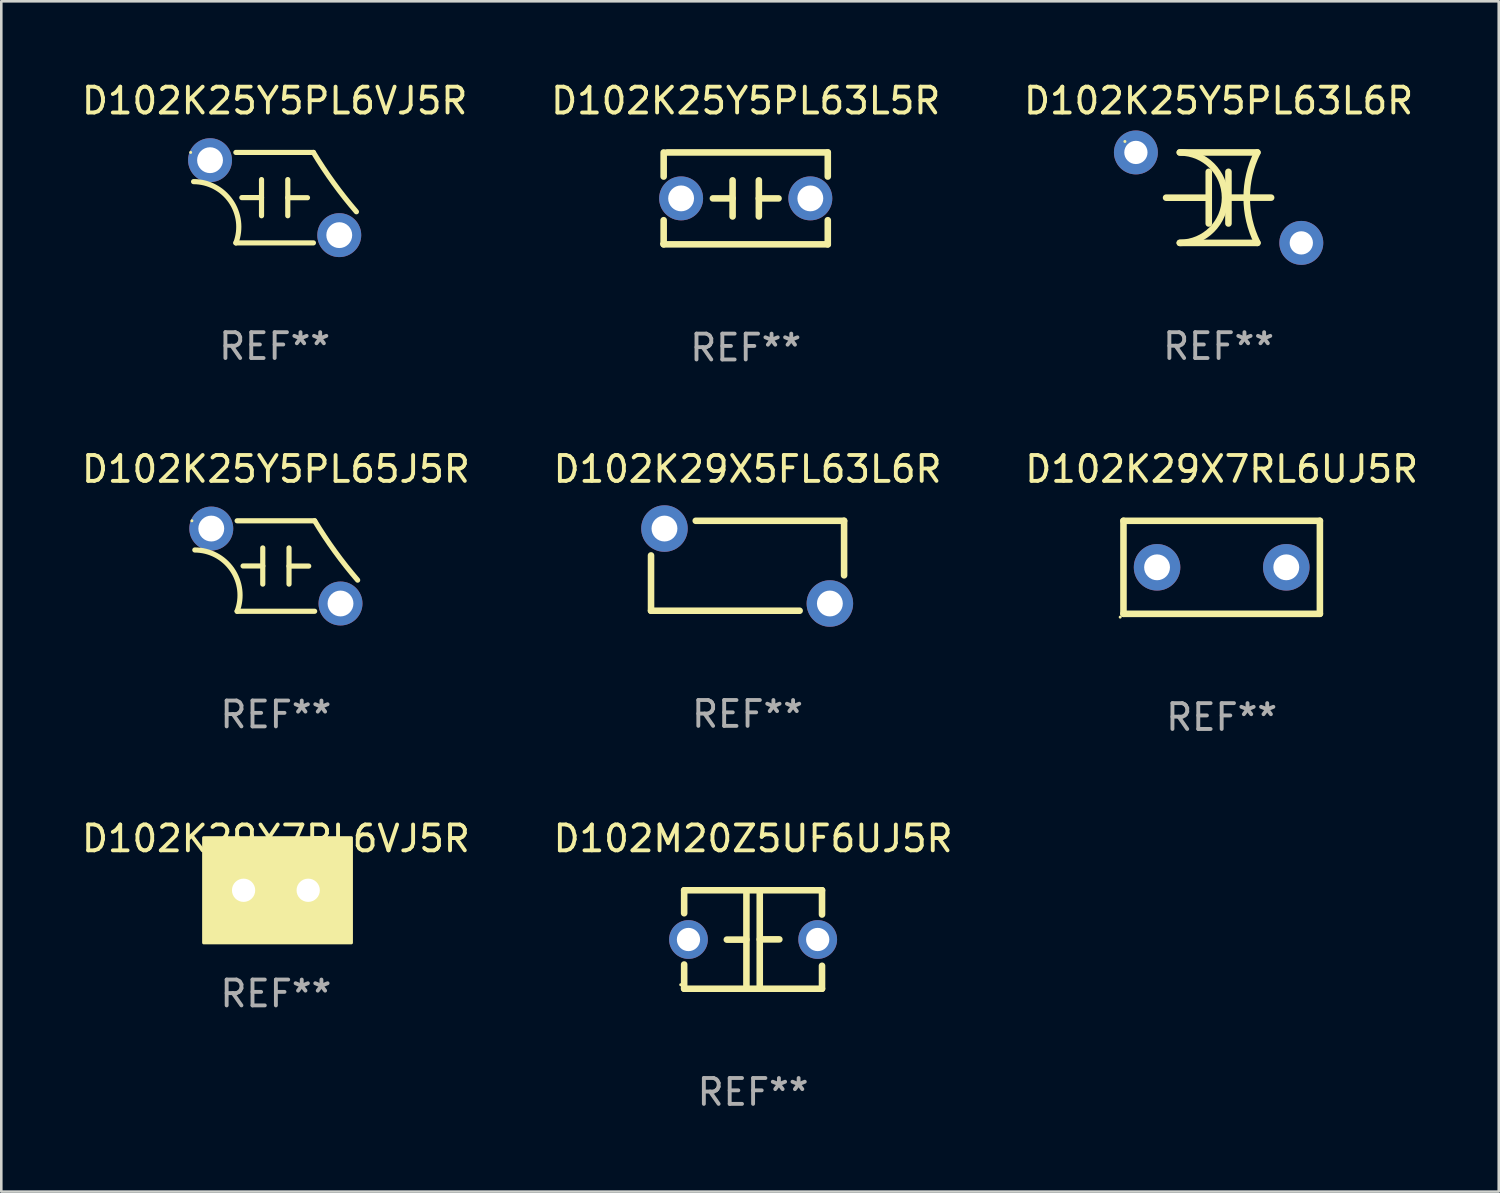
<source format=kicad_pcb>
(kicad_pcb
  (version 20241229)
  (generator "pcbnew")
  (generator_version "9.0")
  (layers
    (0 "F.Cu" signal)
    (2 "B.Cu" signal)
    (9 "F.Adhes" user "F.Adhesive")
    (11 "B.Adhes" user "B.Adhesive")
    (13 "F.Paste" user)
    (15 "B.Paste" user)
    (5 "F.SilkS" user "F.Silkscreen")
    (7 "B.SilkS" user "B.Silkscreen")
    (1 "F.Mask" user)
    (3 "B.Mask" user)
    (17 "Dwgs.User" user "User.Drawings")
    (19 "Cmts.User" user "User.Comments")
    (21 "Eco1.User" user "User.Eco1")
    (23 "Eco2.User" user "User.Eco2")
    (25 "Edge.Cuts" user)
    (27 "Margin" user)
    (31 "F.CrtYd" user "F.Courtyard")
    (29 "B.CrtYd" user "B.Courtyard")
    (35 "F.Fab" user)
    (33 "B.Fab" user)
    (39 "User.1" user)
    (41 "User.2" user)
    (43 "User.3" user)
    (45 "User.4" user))
  (footprint "D102K25Y5PL65J5R"
    (layer "F.Cu")
    (at 7.625 18.851)
    (property "Reference" "D102K25Y5PL65J5R" (at 0 -3.75 0) (layer "F.SilkS") (effects (font (size 1 1) (thickness 0.15))))
    (attr through_hole)
    (fp_line (start -1.5 1.75) (end 1.5 1.75) (stroke (width 0.2) (type solid)) (layer "F.SilkS"))
    (fp_line (start -0.508 -0.002) (end -1.27 -0.002) (stroke (width 0.2) (type solid)) (layer "F.SilkS"))
    (fp_line (start -0.508 0.7) (end -0.508 -0.7) (stroke (width 0.2) (type solid)) (layer "F.SilkS"))
    (fp_line (start 0.508 -0.7) (end 0.508 0.7) (stroke (width 0.2) (type solid)) (layer "F.SilkS"))
    (fp_line (start 0.508 0.002) (end 1.27 0.002) (stroke (width 0.2) (type solid)) (layer "F.SilkS"))
    (fp_line (start 1.5 -1.75) (end -1.5 -1.75) (stroke (width 0.2) (type solid)) (layer "F.SilkS"))
    (fp_arc (start -3.136906 -0.620549) (mid -1.697057 0.135649) (end -1.5 1.750013) (stroke (width 0.2) (type solid)) (layer "F.SilkS"))
    (fp_arc (start 3.163322 0.545847) (mid 2.283076 -0.566884) (end 1.5 -1.750013) (stroke (width 0.2) (type solid)) (layer "F.SilkS"))
    (fp_circle (center -3.25 -1.75) (end -3.22 -1.75) (stroke (width 0.06) (type solid)) (fill no) (layer "F.SilkS"))
    (fp_text user "REF**" (at 0 5.75 0) (layer "F.Fab") (effects (font (size 1 1) (thickness 0.15))))
    (pad "1" thru_hole circle (at -2.5 -1.45) (size 1.7 1.7) (drill 1) (layers "*.Cu" "*.Mask"))
    (pad "2" thru_hole circle (at 2.5 1.45) (size 1.7 1.7) (drill 1) (layers "*.Cu" "*.Mask")))
  (footprint "D102K29X7RL6UJ5R"
    (layer "F.Cu")
    (at 44.22 18.901)
    (property "Reference" "D102K29X7RL6UJ5R" (at 0 -3.8 0) (layer "F.SilkS") (effects (font (size 1 1) (thickness 0.15))))
    (attr through_hole)
    (fp_line (start -3.8 -1.8) (end -3.8 1.8) (stroke (width 0.254) (type solid)) (layer "F.SilkS"))
    (fp_line (start -3.8 -1.8) (end 3.8 -1.8) (stroke (width 0.254) (type solid)) (layer "F.SilkS"))
    (fp_line (start -3.8 1.8) (end 3.8 1.8) (stroke (width 0.254) (type solid)) (layer "F.SilkS"))
    (fp_line (start 3.8 -1.8) (end 3.8 1.8) (stroke (width 0.254) (type solid)) (layer "F.SilkS"))
    (fp_circle (center -3.927 1.927) (end -3.897 1.927) (stroke (width 0.06) (type solid)) (fill no) (layer "F.SilkS"))
    (fp_text user "REF**" (at 0 5.8 0) (layer "F.Fab") (effects (font (size 1 1) (thickness 0.15))))
    (pad "1" thru_hole circle (at -2.5 0) (size 1.8 1.8) (drill 1) (layers "*.Cu" "*.Mask"))
    (pad "2" thru_hole circle (at 2.5 0) (size 1.8 1.8) (drill 1) (layers "*.Cu" "*.Mask")))
  (footprint "D102K25Y5PL63L5R"
    (layer "F.Cu")
    (at 25.804 4.626)
    (property "Reference" "D102K25Y5PL63L5R" (at 0 -3.778 0) (layer "F.SilkS") (effects (font (size 1 1) (thickness 0.15))))
    (attr through_hole)
    (fp_line (start -3.175 -1.778) (end -3.175 -0.844) (stroke (width 0.254) (type solid)) (layer "F.SilkS"))
    (fp_line (start -3.175 0.844) (end -3.175 1.778) (stroke (width 0.254) (type solid)) (layer "F.SilkS"))
    (fp_line (start -3.175 1.778) (end 3.175 1.778) (stroke (width 0.254) (type solid)) (layer "F.SilkS"))
    (fp_line (start -0.508 -0.699) (end -0.508 0.699) (stroke (width 0.254) (type solid)) (layer "F.SilkS"))
    (fp_line (start -0.508 0.001) (end -1.27 0.001) (stroke (width 0.254) (type solid)) (layer "F.SilkS"))
    (fp_line (start 0.508 0.001) (end 1.27 0.001) (stroke (width 0.254) (type solid)) (layer "F.SilkS"))
    (fp_line (start 0.508 0.699) (end 0.508 -0.699) (stroke (width 0.254) (type solid)) (layer "F.SilkS"))
    (fp_line (start 3.175 -1.778) (end -3.048 -1.778) (stroke (width 0.254) (type solid)) (layer "F.SilkS"))
    (fp_line (start 3.175 -0.844) (end 3.175 -1.778) (stroke (width 0.254) (type solid)) (layer "F.SilkS"))
    (fp_line (start 3.175 1.778) (end 3.175 0.844) (stroke (width 0.254) (type solid)) (layer "F.SilkS"))
    (fp_circle (center -3.25 1.75) (end -3.22 1.75) (stroke (width 0.06) (type solid)) (fill no) (layer "F.SilkS"))
    (fp_text user "REF**" (at 0 5.778 0) (layer "F.Fab") (effects (font (size 1 1) (thickness 0.15))))
    (pad "1" thru_hole circle (at -2.5 0) (size 1.7 1.7) (drill 1) (layers "*.Cu" "*.Mask"))
    (pad "2" thru_hole circle (at 2.5 0) (size 1.7 1.7) (drill 1) (layers "*.Cu" "*.Mask")))
  (footprint "D102K25Y5PL6VJ5R"
    (layer "F.Cu")
    (at 7.577 4.598)
    (property "Reference" "D102K25Y5PL6VJ5R" (at 0 -3.75 0) (layer "F.SilkS") (effects (font (size 1 1) (thickness 0.15))))
    (attr through_hole)
    (fp_line (start -1.5 1.75) (end 1.5 1.75) (stroke (width 0.2) (type solid)) (layer "F.SilkS"))
    (fp_line (start -0.508 -0.002) (end -1.27 -0.002) (stroke (width 0.2) (type solid)) (layer "F.SilkS"))
    (fp_line (start -0.508 0.7) (end -0.508 -0.7) (stroke (width 0.2) (type solid)) (layer "F.SilkS"))
    (fp_line (start 0.508 -0.7) (end 0.508 0.7) (stroke (width 0.2) (type solid)) (layer "F.SilkS"))
    (fp_line (start 0.508 0.002) (end 1.27 0.002) (stroke (width 0.2) (type solid)) (layer "F.SilkS"))
    (fp_line (start 1.5 -1.75) (end -1.5 -1.75) (stroke (width 0.2) (type solid)) (layer "F.SilkS"))
    (fp_arc (start -3.136906 -0.620549) (mid -1.697057 0.135649) (end -1.5 1.750013) (stroke (width 0.2) (type solid)) (layer "F.SilkS"))
    (fp_arc (start 3.163322 0.545847) (mid 2.283076 -0.566884) (end 1.5 -1.750013) (stroke (width 0.2) (type solid)) (layer "F.SilkS"))
    (fp_circle (center -3.25 -1.75) (end -3.22 -1.75) (stroke (width 0.06) (type solid)) (fill no) (layer "F.SilkS"))
    (fp_text user "REF**" (at 0 5.75 0) (layer "F.Fab") (effects (font (size 1 1) (thickness 0.15))))
    (pad "1" thru_hole circle (at -2.5 -1.45) (size 1.7 1.7) (drill 1) (layers "*.Cu" "*.Mask"))
    (pad "2" thru_hole circle (at 2.5 1.45) (size 1.7 1.7) (drill 1) (layers "*.Cu" "*.Mask")))
  (footprint "D102M20Z5UF6UJ5R"
    (layer "F.Cu")
    (at 26.089 33.302)
    (property "Reference" "D102M20Z5UF6UJ5R" (at 0 -3.905 0) (layer "F.SilkS") (effects (font (size 1 1) (thickness 0.15))))
    (attr through_hole)
    (fp_line (start -2.667 -1.905) (end -2.667 -1.016) (stroke (width 0.254) (type solid)) (layer "F.SilkS"))
    (fp_line (start -2.667 0.967) (end -2.667 1.905) (stroke (width 0.254) (type solid)) (layer "F.SilkS"))
    (fp_line (start -2.667 1.905) (end 2.667 1.905) (stroke (width 0.254) (type solid)) (layer "F.SilkS"))
    (fp_line (start -0.258 0.005) (end -1.016 0.005) (stroke (width 0.254) (type solid)) (layer "F.SilkS"))
    (fp_line (start -0.258 1.905) (end -0.258 -1.905) (stroke (width 0.254) (type solid)) (layer "F.SilkS"))
    (fp_line (start 0.258 -1.905) (end 0.258 1.905) (stroke (width 0.254) (type solid)) (layer "F.SilkS"))
    (fp_line (start 0.258 -0.005) (end 1.016 -0.005) (stroke (width 0.254) (type solid)) (layer "F.SilkS"))
    (fp_line (start 2.667 -1.905) (end -2.667 -1.905) (stroke (width 0.254) (type solid)) (layer "F.SilkS"))
    (fp_line (start 2.667 -0.967) (end 2.667 -1.905) (stroke (width 0.254) (type solid)) (layer "F.SilkS"))
    (fp_line (start 2.667 1.905) (end 2.667 1.016) (stroke (width 0.254) (type solid)) (layer "F.SilkS"))
    (fp_circle (center -2.8 1.75) (end -2.77 1.75) (stroke (width 0.06) (type solid)) (fill no) (layer "F.SilkS"))
    (fp_text user "REF**" (at 0 5.905 0) (layer "F.Fab") (effects (font (size 1 1) (thickness 0.15))))
    (pad "1" thru_hole circle (at -2.5 0) (size 1.5 1.5) (drill 0.9) (layers "*.Cu" "*.Mask"))
    (pad "2" thru_hole circle (at 2.5 0) (size 1.5 1.5) (drill 0.9) (layers "*.Cu" "*.Mask")))
  (footprint "D102K29X5FL63L6R"
    (layer "F.Cu")
    (at 25.875 18.841)
    (property "Reference" "D102K29X5FL63L6R" (at 0 -3.74 0) (layer "F.SilkS") (effects (font (size 1 1) (thickness 0.15))))
    (attr through_hole)
    (fp_line (start -3.735 1.74) (end -3.735 -0.4) (stroke (width 0.254) (type solid)) (layer "F.SilkS"))
    (fp_line (start 2.015 1.74) (end -3.735 1.74) (stroke (width 0.254) (type solid)) (layer "F.SilkS"))
    (fp_line (start 3.735 -1.74) (end -2.005 -1.74) (stroke (width 0.254) (type solid)) (layer "F.SilkS"))
    (fp_line (start 3.735 -1.74) (end 3.735 0.37) (stroke (width 0.254) (type solid)) (layer "F.SilkS"))
    (fp_circle (center -3.765 1.76) (end -3.735 1.76) (stroke (width 0.06) (type solid)) (fill no) (layer "F.SilkS"))
    (fp_text user "REF**" (at 0 5.74 0) (layer "F.Fab") (effects (font (size 1 1) (thickness 0.15))))
    (pad "1" thru_hole circle (at -3.215 -1.44) (size 1.8 1.8) (drill 1) (layers "*.Cu" "*.Mask"))
    (pad "2" thru_hole circle (at 3.185 1.46) (size 1.8 1.8) (drill 1) (layers "*.Cu" "*.Mask")))
  (footprint "D102K29X7RL6VJ5R"
    (layer "F.Cu")
    (at 7.625 31.397)
    (property "Reference" "D102K29X7RL6VJ5R" (at 0 -2 0) (layer "F.SilkS") (effects (font (size 1 1) (thickness 0.15))))
    (attr through_hole)
    (fp_circle (center -2.5 1.75) (end -2.47 1.75) (stroke (width 0.06) (type solid)) (fill no) (layer "F.SilkS"))
    (fp_poly (pts (xy -2.794 -2.032) (xy 2.921 -2.032) (xy 2.921 2.032) (xy -2.794 2.032)) (stroke (width 0.12) (type solid)) (fill yes) (layer "F.SilkS"))
    (fp_text user "REF**" (at 0 4 0) (layer "F.Fab") (effects (font (size 1 1) (thickness 0.15))))
    (pad "1" thru_hole circle (at -1.25 0) (size 1.5 1.5) (drill 0.9) (layers "*.Cu" "*.Mask"))
    (pad "2" thru_hole circle (at 1.25 0) (size 1.5 1.5) (drill 0.9) (layers "*.Cu" "*.Mask")))
  (footprint "D102K25Y5PL63L6R"
    (layer "F.Cu")
    (at 44.101 4.598)
    (property "Reference" "D102K25Y5PL63L6R" (at 0 -3.75 0) (layer "F.SilkS") (effects (font (size 1 1) (thickness 0.15))))
    (attr through_hole)
    (fp_line (start -1.5 1.75) (end 1.5 1.75) (stroke (width 0.254) (type solid)) (layer "F.SilkS"))
    (fp_line (start -0.381 0.001) (end -2.032 0.001) (stroke (width 0.254) (type solid)) (layer "F.SilkS"))
    (fp_line (start -0.381 1) (end -0.381 -1) (stroke (width 0.254) (type solid)) (layer "F.SilkS"))
    (fp_line (start 0.381 -1) (end 0.381 1) (stroke (width 0.254) (type solid)) (layer "F.SilkS"))
    (fp_line (start 0.381 -0.001) (end 2.032 -0.001) (stroke (width 0.254) (type solid)) (layer "F.SilkS"))
    (fp_line (start 1.5 -1.75) (end -1.5 -1.75) (stroke (width 0.254) (type solid)) (layer "F.SilkS"))
    (fp_arc (start -1.501143 -1.75) (mid 0.248895 -0.000533) (end -1.5 1.750076) (stroke (width 0.254001) (type solid)) (layer "F.SilkS"))
    (fp_arc (start 1.501144 1.750127) (mid 1.087625 0.000224) (end 1.5 -1.749949) (stroke (width 0.254001) (type solid)) (layer "F.SilkS"))
    (fp_circle (center -3.625 -2.174) (end -3.595 -2.174) (stroke (width 0.06) (type solid)) (fill no) (layer "F.SilkS"))
    (fp_text user "REF**" (at 0 5.75 0) (layer "F.Fab") (effects (font (size 1 1) (thickness 0.15))))
    (pad "1" thru_hole circle (at -3.2 -1.75) (size 1.7 1.7) (drill 0.9) (layers "*.Cu" "*.Mask"))
    (pad "2" thru_hole circle (at 3.2 1.75) (size 1.7 1.7) (drill 0.9) (layers "*.Cu" "*.Mask")))
  (gr_rect
    (start -3 -3)
    (end 54.94 43.056)
    (stroke (width 0.1) (type default))
    (fill no)
    (layer "Edge.Cuts")))
</source>
